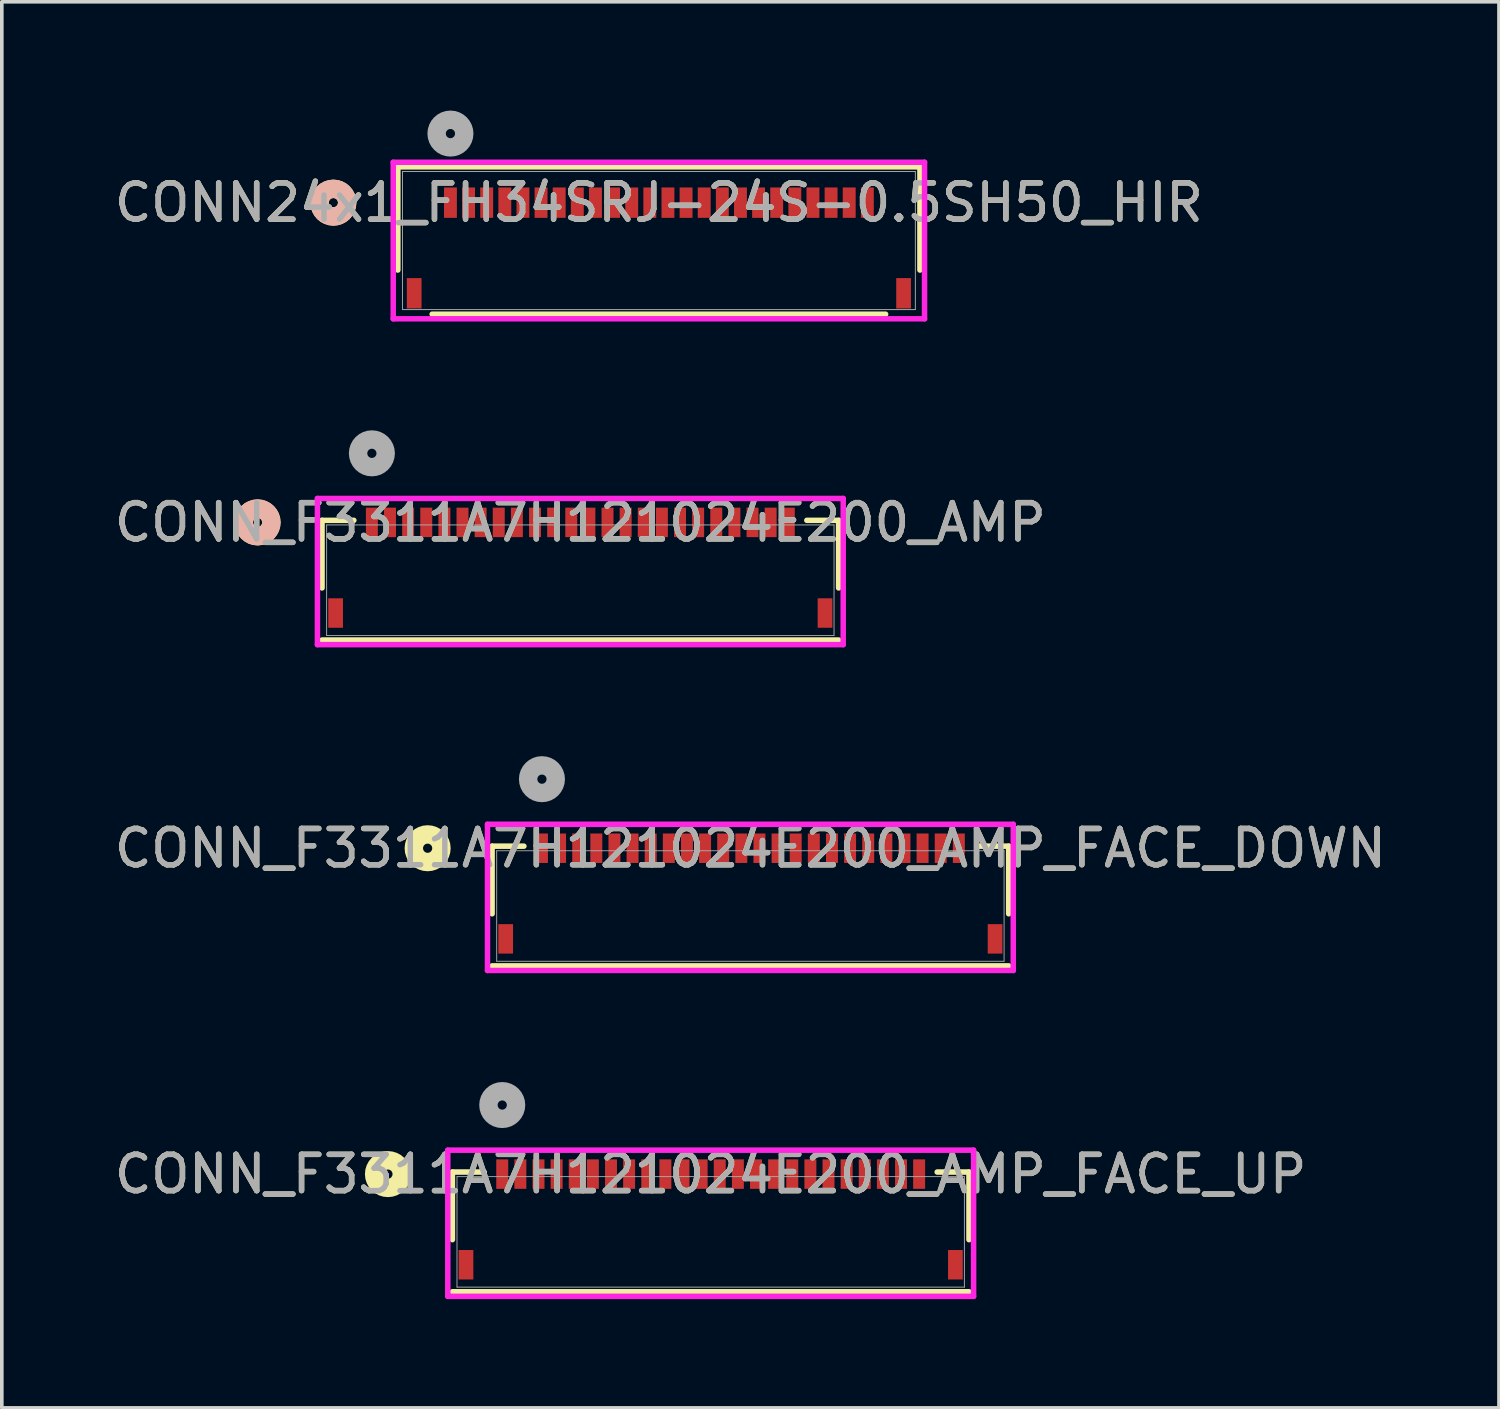
<source format=kicad_pcb>
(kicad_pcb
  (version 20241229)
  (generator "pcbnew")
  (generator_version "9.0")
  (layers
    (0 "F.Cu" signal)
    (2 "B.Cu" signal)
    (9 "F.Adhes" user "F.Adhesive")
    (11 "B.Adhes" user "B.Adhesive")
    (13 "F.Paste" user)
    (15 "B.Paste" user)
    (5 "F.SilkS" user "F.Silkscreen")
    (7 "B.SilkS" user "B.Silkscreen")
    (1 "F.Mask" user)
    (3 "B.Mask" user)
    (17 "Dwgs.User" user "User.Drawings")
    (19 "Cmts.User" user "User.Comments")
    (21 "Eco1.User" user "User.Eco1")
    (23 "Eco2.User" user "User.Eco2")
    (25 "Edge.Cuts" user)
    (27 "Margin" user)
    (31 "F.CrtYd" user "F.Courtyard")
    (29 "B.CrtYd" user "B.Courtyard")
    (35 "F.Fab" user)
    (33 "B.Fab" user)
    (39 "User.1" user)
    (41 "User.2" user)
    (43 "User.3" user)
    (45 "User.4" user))
  (footprint "CONN24x1_FH34SRJ-24S-0.5SH50_HIR"
    (layer "F.Cu")
    (at 15.125 3.585)
    (property "Reference" "CONN24x1_FH34SRJ-24S-0.5SH50_HIR" (at 0 -1.045 0) (unlocked yes) (layer "F.SilkS") (effects (font (size 1 1) (thickness 0.15))))
    (attr smd)
    (fp_line (start -7.201 -2.032) (end -7.201 0.814) (stroke (width 0.152) (type solid)) (layer "F.SilkS"))
    (fp_line (start -6.254 2.032) (end 6.254 2.032) (stroke (width 0.152) (type solid)) (layer "F.SilkS"))
    (fp_line (start 7.201 -2.032) (end -7.201 -2.032) (stroke (width 0.152) (type solid)) (layer "F.SilkS"))
    (fp_line (start 7.201 0.814) (end 7.201 -2.032) (stroke (width 0.152) (type solid)) (layer "F.SilkS"))
    (fp_circle (center -8.979 -1.045) (end -8.598 -1.045) (stroke (width 0.508) (type solid)) (fill no) (layer "F.SilkS"))
    (fp_circle (center -8.979 -1.045) (end -8.598 -1.045) (stroke (width 0.508) (type solid)) (fill no) (layer "B.SilkS"))
    (fp_line (start -7.328 -2.159) (end -7.328 2.159) (stroke (width 0.152) (type solid)) (layer "F.CrtYd"))
    (fp_line (start -7.328 2.159) (end 7.328 2.159) (stroke (width 0.152) (type solid)) (layer "F.CrtYd"))
    (fp_line (start 7.328 -2.159) (end -7.328 -2.159) (stroke (width 0.152) (type solid)) (layer "F.CrtYd"))
    (fp_line (start 7.328 2.159) (end 7.328 -2.159) (stroke (width 0.152) (type solid)) (layer "F.CrtYd"))
    (fp_line (start -7.074 -1.905) (end -7.074 1.905) (stroke (width 0.025) (type solid)) (layer "F.Fab"))
    (fp_line (start -7.074 1.905) (end 7.074 1.905) (stroke (width 0.025) (type solid)) (layer "F.Fab"))
    (fp_line (start 7.074 -1.905) (end -7.074 -1.905) (stroke (width 0.025) (type solid)) (layer "F.Fab"))
    (fp_line (start 7.074 1.905) (end 7.074 -1.905) (stroke (width 0.025) (type solid)) (layer "F.Fab"))
    (fp_circle (center -5.75 -2.95) (end -5.369 -2.95) (stroke (width 0.508) (type solid)) (fill no) (layer "F.Fab"))
    (fp_text user "${REFERENCE}" (at 0 -1.045 0) (unlocked yes) (layer "F.Fab") (effects (font (size 1 1) (thickness 0.15))))
    (pad "1" smd rect (at -5.75 -1.045) (size 0.356 0.838) (layers "F.Cu" "F.Mask" "F.Paste"))
    (pad "2" smd rect (at -5.25 -1.045) (size 0.356 0.838) (layers "F.Cu" "F.Mask" "F.Paste"))
    (pad "3" smd rect (at -4.75 -1.045) (size 0.356 0.838) (layers "F.Cu" "F.Mask" "F.Paste"))
    (pad "4" smd rect (at -4.25 -1.045) (size 0.356 0.838) (layers "F.Cu" "F.Mask" "F.Paste"))
    (pad "5" smd rect (at -3.75 -1.045) (size 0.356 0.838) (layers "F.Cu" "F.Mask" "F.Paste"))
    (pad "6" smd rect (at -3.25 -1.045) (size 0.356 0.838) (layers "F.Cu" "F.Mask" "F.Paste"))
    (pad "7" smd rect (at -2.75 -1.045) (size 0.356 0.838) (layers "F.Cu" "F.Mask" "F.Paste"))
    (pad "8" smd rect (at -2.25 -1.045) (size 0.356 0.838) (layers "F.Cu" "F.Mask" "F.Paste"))
    (pad "9" smd rect (at -1.75 -1.045) (size 0.356 0.838) (layers "F.Cu" "F.Mask" "F.Paste"))
    (pad "10" smd rect (at -1.25 -1.045) (size 0.356 0.838) (layers "F.Cu" "F.Mask" "F.Paste"))
    (pad "11" smd rect (at -0.75 -1.045) (size 0.356 0.838) (layers "F.Cu" "F.Mask" "F.Paste"))
    (pad "12" smd rect (at -0.25 -1.045) (size 0.356 0.838) (layers "F.Cu" "F.Mask" "F.Paste"))
    (pad "13" smd rect (at 0.25 -1.045) (size 0.356 0.838) (layers "F.Cu" "F.Mask" "F.Paste"))
    (pad "14" smd rect (at 0.75 -1.045) (size 0.356 0.838) (layers "F.Cu" "F.Mask" "F.Paste"))
    (pad "15" smd rect (at 1.25 -1.045) (size 0.356 0.838) (layers "F.Cu" "F.Mask" "F.Paste"))
    (pad "16" smd rect (at 1.75 -1.045) (size 0.356 0.838) (layers "F.Cu" "F.Mask" "F.Paste"))
    (pad "17" smd rect (at 2.25 -1.045) (size 0.356 0.838) (layers "F.Cu" "F.Mask" "F.Paste"))
    (pad "18" smd rect (at 2.75 -1.045) (size 0.356 0.838) (layers "F.Cu" "F.Mask" "F.Paste"))
    (pad "19" smd rect (at 3.25 -1.045) (size 0.356 0.838) (layers "F.Cu" "F.Mask" "F.Paste"))
    (pad "20" smd rect (at 3.75 -1.045) (size 0.356 0.838) (layers "F.Cu" "F.Mask" "F.Paste"))
    (pad "21" smd rect (at 4.25 -1.045) (size 0.356 0.838) (layers "F.Cu" "F.Mask" "F.Paste"))
    (pad "22" smd rect (at 4.75 -1.045) (size 0.356 0.838) (layers "F.Cu" "F.Mask" "F.Paste"))
    (pad "23" smd rect (at 5.25 -1.045) (size 0.356 0.838) (layers "F.Cu" "F.Mask" "F.Paste"))
    (pad "24" smd rect (at 5.75 -1.045) (size 0.356 0.838) (layers "F.Cu" "F.Mask" "F.Paste"))
    (pad "25" smd rect (at -6.75 1.455) (size 0.406 0.838) (layers "F.Cu" "F.Mask" "F.Paste"))
    (pad "26" smd rect (at 6.75 1.455) (size 0.406 0.838) (layers "F.Cu" "F.Mask" "F.Paste")))
  (footprint "CONN_F3311A7H121024E200_AMP_FACE_UP"
    (layer "F.Cu")
    (at 16.554 30.931)
    (property "Reference" "CONN_F3311A7H121024E200_AMP_FACE_UP" (at 0 -1.594 0) (unlocked yes) (layer "F.SilkS") (effects (font (size 1 1) (thickness 0.15))))
    (attr smd)
    (fp_line (start -7.125 -1.651) (end -7.125 0.214) (stroke (width 0.152) (type solid)) (layer "F.SilkS"))
    (fp_line (start -7.125 1.651) (end 7.125 1.651) (stroke (width 0.152) (type solid)) (layer "F.SilkS"))
    (fp_line (start -6.248 -1.651) (end -7.125 -1.651) (stroke (width 0.152) (type solid)) (layer "F.SilkS"))
    (fp_line (start 7.125 -1.651) (end 6.248 -1.651) (stroke (width 0.152) (type solid)) (layer "F.SilkS"))
    (fp_line (start 7.125 0.214) (end 7.125 -1.651) (stroke (width 0.152) (type solid)) (layer "F.SilkS"))
    (fp_circle (center -8.903 -1.594) (end -8.522 -1.594) (stroke (width 0.508) (type solid)) (fill no) (layer "F.SilkS"))
    (fp_line (start -7.252 -2.254) (end -7.252 1.778) (stroke (width 0.152) (type solid)) (layer "F.CrtYd"))
    (fp_line (start -7.252 1.778) (end 7.252 1.778) (stroke (width 0.152) (type solid)) (layer "F.CrtYd"))
    (fp_line (start 7.252 -2.254) (end -7.252 -2.254) (stroke (width 0.152) (type solid)) (layer "F.CrtYd"))
    (fp_line (start 7.252 1.778) (end 7.252 -2.254) (stroke (width 0.152) (type solid)) (layer "F.CrtYd"))
    (fp_line (start -6.998 -1.524) (end -6.998 1.524) (stroke (width 0.025) (type solid)) (layer "F.Fab"))
    (fp_line (start -6.998 1.524) (end 6.998 1.524) (stroke (width 0.025) (type solid)) (layer "F.Fab"))
    (fp_line (start 6.998 -1.524) (end -6.998 -1.524) (stroke (width 0.025) (type solid)) (layer "F.Fab"))
    (fp_line (start 6.998 1.524) (end 6.998 -1.524) (stroke (width 0.025) (type solid)) (layer "F.Fab"))
    (fp_circle (center -5.75 -3.499) (end -5.369 -3.499) (stroke (width 0.508) (type solid)) (fill no) (layer "F.Fab"))
    (fp_text user "${REFERENCE}" (at 0 -1.594 0) (unlocked yes) (layer "F.Fab") (effects (font (size 1 1) (thickness 0.15))))
    (pad "1" smd rect (at 5.75 -1.594) (size 0.33 0.813) (layers "F.Cu" "F.Mask" "F.Paste"))
    (pad "2" smd rect (at 5.25 -1.594) (size 0.33 0.813) (layers "F.Cu" "F.Mask" "F.Paste"))
    (pad "3" smd rect (at 4.75 -1.594) (size 0.33 0.813) (layers "F.Cu" "F.Mask" "F.Paste"))
    (pad "4" smd rect (at 4.25 -1.594) (size 0.33 0.813) (layers "F.Cu" "F.Mask" "F.Paste"))
    (pad "5" smd rect (at 3.75 -1.594) (size 0.33 0.813) (layers "F.Cu" "F.Mask" "F.Paste"))
    (pad "6" smd rect (at 3.25 -1.594) (size 0.33 0.813) (layers "F.Cu" "F.Mask" "F.Paste"))
    (pad "7" smd rect (at 2.75 -1.594) (size 0.33 0.813) (layers "F.Cu" "F.Mask" "F.Paste"))
    (pad "8" smd rect (at 2.25 -1.594) (size 0.33 0.813) (layers "F.Cu" "F.Mask" "F.Paste"))
    (pad "9" smd rect (at 1.75 -1.594) (size 0.33 0.813) (layers "F.Cu" "F.Mask" "F.Paste"))
    (pad "10" smd rect (at 1.25 -1.594) (size 0.33 0.813) (layers "F.Cu" "F.Mask" "F.Paste"))
    (pad "11" smd rect (at 0.75 -1.594) (size 0.33 0.813) (layers "F.Cu" "F.Mask" "F.Paste"))
    (pad "12" smd rect (at 0.25 -1.594) (size 0.33 0.813) (layers "F.Cu" "F.Mask" "F.Paste"))
    (pad "13" smd rect (at -0.25 -1.594) (size 0.33 0.813) (layers "F.Cu" "F.Mask" "F.Paste"))
    (pad "14" smd rect (at -0.75 -1.594) (size 0.33 0.813) (layers "F.Cu" "F.Mask" "F.Paste"))
    (pad "15" smd rect (at -1.25 -1.594) (size 0.33 0.813) (layers "F.Cu" "F.Mask" "F.Paste"))
    (pad "16" smd rect (at -1.75 -1.594) (size 0.33 0.813) (layers "F.Cu" "F.Mask" "F.Paste"))
    (pad "17" smd rect (at -2.25 -1.594) (size 0.33 0.813) (layers "F.Cu" "F.Mask" "F.Paste"))
    (pad "18" smd rect (at -2.75 -1.594) (size 0.33 0.813) (layers "F.Cu" "F.Mask" "F.Paste"))
    (pad "19" smd rect (at -3.25 -1.594) (size 0.33 0.813) (layers "F.Cu" "F.Mask" "F.Paste"))
    (pad "20" smd rect (at -3.75 -1.594) (size 0.33 0.813) (layers "F.Cu" "F.Mask" "F.Paste"))
    (pad "21" smd rect (at -4.25 -1.594) (size 0.33 0.813) (layers "F.Cu" "F.Mask" "F.Paste"))
    (pad "22" smd rect (at -4.75 -1.594) (size 0.33 0.813) (layers "F.Cu" "F.Mask" "F.Paste"))
    (pad "23" smd rect (at -5.25 -1.594) (size 0.33 0.813) (layers "F.Cu" "F.Mask" "F.Paste"))
    (pad "24" smd rect (at -5.75 -1.594) (size 0.33 0.813) (layers "F.Cu" "F.Mask" "F.Paste"))
    (pad "25" smd rect (at -6.75 0.906) (size 0.406 0.813) (layers "F.Cu" "F.Mask" "F.Paste"))
    (pad "26" smd rect (at 6.75 0.906) (size 0.406 0.813) (layers "F.Cu" "F.Mask" "F.Paste")))
  (footprint "CONN_F3311A7H121024E200_AMP"
    (layer "F.Cu")
    (at 12.958 12.954)
    (property "Reference" "CONN_F3311A7H121024E200_AMP" (at 0 -1.594 0) (unlocked yes) (layer "F.SilkS") (effects (font (size 1 1) (thickness 0.15))))
    (attr smd)
    (fp_line (start -7.125 -1.651) (end -7.125 0.214) (stroke (width 0.152) (type solid)) (layer "F.SilkS"))
    (fp_line (start -7.125 1.651) (end 7.125 1.651) (stroke (width 0.152) (type solid)) (layer "F.SilkS"))
    (fp_line (start -6.248 -1.651) (end -7.125 -1.651) (stroke (width 0.152) (type solid)) (layer "F.SilkS"))
    (fp_line (start 7.125 -1.651) (end 6.248 -1.651) (stroke (width 0.152) (type solid)) (layer "F.SilkS"))
    (fp_line (start 7.125 0.214) (end 7.125 -1.651) (stroke (width 0.152) (type solid)) (layer "F.SilkS"))
    (fp_circle (center -8.903 -1.594) (end -8.522 -1.594) (stroke (width 0.508) (type solid)) (fill no) (layer "F.SilkS"))
    (fp_circle (center -8.903 -1.594) (end -8.522 -1.594) (stroke (width 0.508) (type solid)) (fill no) (layer "B.SilkS"))
    (fp_line (start -7.252 -2.254) (end -7.252 1.778) (stroke (width 0.152) (type solid)) (layer "F.CrtYd"))
    (fp_line (start -7.252 1.778) (end 7.252 1.778) (stroke (width 0.152) (type solid)) (layer "F.CrtYd"))
    (fp_line (start 7.252 -2.254) (end -7.252 -2.254) (stroke (width 0.152) (type solid)) (layer "F.CrtYd"))
    (fp_line (start 7.252 1.778) (end 7.252 -2.254) (stroke (width 0.152) (type solid)) (layer "F.CrtYd"))
    (fp_line (start -6.998 -1.524) (end -6.998 1.524) (stroke (width 0.025) (type solid)) (layer "F.Fab"))
    (fp_line (start -6.998 1.524) (end 6.998 1.524) (stroke (width 0.025) (type solid)) (layer "F.Fab"))
    (fp_line (start 6.998 -1.524) (end -6.998 -1.524) (stroke (width 0.025) (type solid)) (layer "F.Fab"))
    (fp_line (start 6.998 1.524) (end 6.998 -1.524) (stroke (width 0.025) (type solid)) (layer "F.Fab"))
    (fp_circle (center -5.75 -3.499) (end -5.369 -3.499) (stroke (width 0.508) (type solid)) (fill no) (layer "F.Fab"))
    (fp_text user "${REFERENCE}" (at 0 -1.594 0) (unlocked yes) (layer "F.Fab") (effects (font (size 1 1) (thickness 0.15))))
    (pad "1" smd rect (at -5.75 -1.594) (size 0.33 0.813) (layers "F.Cu" "F.Mask" "F.Paste"))
    (pad "2" smd rect (at -5.25 -1.594) (size 0.33 0.813) (layers "F.Cu" "F.Mask" "F.Paste"))
    (pad "3" smd rect (at -4.75 -1.594) (size 0.33 0.813) (layers "F.Cu" "F.Mask" "F.Paste"))
    (pad "4" smd rect (at -4.25 -1.594) (size 0.33 0.813) (layers "F.Cu" "F.Mask" "F.Paste"))
    (pad "5" smd rect (at -3.75 -1.594) (size 0.33 0.813) (layers "F.Cu" "F.Mask" "F.Paste"))
    (pad "6" smd rect (at -3.25 -1.594) (size 0.33 0.813) (layers "F.Cu" "F.Mask" "F.Paste"))
    (pad "7" smd rect (at -2.75 -1.594) (size 0.33 0.813) (layers "F.Cu" "F.Mask" "F.Paste"))
    (pad "8" smd rect (at -2.25 -1.594) (size 0.33 0.813) (layers "F.Cu" "F.Mask" "F.Paste"))
    (pad "9" smd rect (at -1.75 -1.594) (size 0.33 0.813) (layers "F.Cu" "F.Mask" "F.Paste"))
    (pad "10" smd rect (at -1.25 -1.594) (size 0.33 0.813) (layers "F.Cu" "F.Mask" "F.Paste"))
    (pad "11" smd rect (at -0.75 -1.594) (size 0.33 0.813) (layers "F.Cu" "F.Mask" "F.Paste"))
    (pad "12" smd rect (at -0.25 -1.594) (size 0.33 0.813) (layers "F.Cu" "F.Mask" "F.Paste"))
    (pad "13" smd rect (at 0.25 -1.594) (size 0.33 0.813) (layers "F.Cu" "F.Mask" "F.Paste"))
    (pad "14" smd rect (at 0.75 -1.594) (size 0.33 0.813) (layers "F.Cu" "F.Mask" "F.Paste"))
    (pad "15" smd rect (at 1.25 -1.594) (size 0.33 0.813) (layers "F.Cu" "F.Mask" "F.Paste"))
    (pad "16" smd rect (at 1.75 -1.594) (size 0.33 0.813) (layers "F.Cu" "F.Mask" "F.Paste"))
    (pad "17" smd rect (at 2.25 -1.594) (size 0.33 0.813) (layers "F.Cu" "F.Mask" "F.Paste"))
    (pad "18" smd rect (at 2.75 -1.594) (size 0.33 0.813) (layers "F.Cu" "F.Mask" "F.Paste"))
    (pad "19" smd rect (at 3.25 -1.594) (size 0.33 0.813) (layers "F.Cu" "F.Mask" "F.Paste"))
    (pad "20" smd rect (at 3.75 -1.594) (size 0.33 0.813) (layers "F.Cu" "F.Mask" "F.Paste"))
    (pad "21" smd rect (at 4.25 -1.594) (size 0.33 0.813) (layers "F.Cu" "F.Mask" "F.Paste"))
    (pad "22" smd rect (at 4.75 -1.594) (size 0.33 0.813) (layers "F.Cu" "F.Mask" "F.Paste"))
    (pad "23" smd rect (at 5.25 -1.594) (size 0.33 0.813) (layers "F.Cu" "F.Mask" "F.Paste"))
    (pad "24" smd rect (at 5.75 -1.594) (size 0.33 0.813) (layers "F.Cu" "F.Mask" "F.Paste"))
    (pad "25" smd rect (at -6.75 0.906) (size 0.406 0.813) (layers "F.Cu" "F.Mask" "F.Paste"))
    (pad "26" smd rect (at 6.75 0.906) (size 0.406 0.813) (layers "F.Cu" "F.Mask" "F.Paste")))
  (footprint "CONN_F3311A7H121024E200_AMP_FACE_DOWN"
    (layer "F.Cu")
    (at 17.649 21.942)
    (property "Reference" "CONN_F3311A7H121024E200_AMP_FACE_DOWN" (at 0 -1.594 0) (unlocked yes) (layer "F.SilkS") (effects (font (size 1 1) (thickness 0.15))))
    (attr smd)
    (fp_line (start -7.125 -1.651) (end -7.125 0.214) (stroke (width 0.152) (type solid)) (layer "F.SilkS"))
    (fp_line (start -7.125 1.651) (end 7.125 1.651) (stroke (width 0.152) (type solid)) (layer "F.SilkS"))
    (fp_line (start -6.248 -1.651) (end -7.125 -1.651) (stroke (width 0.152) (type solid)) (layer "F.SilkS"))
    (fp_line (start 7.125 -1.651) (end 6.248 -1.651) (stroke (width 0.152) (type solid)) (layer "F.SilkS"))
    (fp_line (start 7.125 0.214) (end 7.125 -1.651) (stroke (width 0.152) (type solid)) (layer "F.SilkS"))
    (fp_circle (center -8.903 -1.594) (end -8.522 -1.594) (stroke (width 0.508) (type solid)) (fill no) (layer "F.SilkS"))
    (fp_line (start -7.252 -2.254) (end -7.252 1.778) (stroke (width 0.152) (type solid)) (layer "F.CrtYd"))
    (fp_line (start -7.252 1.778) (end 7.252 1.778) (stroke (width 0.152) (type solid)) (layer "F.CrtYd"))
    (fp_line (start 7.252 -2.254) (end -7.252 -2.254) (stroke (width 0.152) (type solid)) (layer "F.CrtYd"))
    (fp_line (start 7.252 1.778) (end 7.252 -2.254) (stroke (width 0.152) (type solid)) (layer "F.CrtYd"))
    (fp_line (start -6.998 -1.524) (end -6.998 1.524) (stroke (width 0.025) (type solid)) (layer "F.Fab"))
    (fp_line (start -6.998 1.524) (end 6.998 1.524) (stroke (width 0.025) (type solid)) (layer "F.Fab"))
    (fp_line (start 6.998 -1.524) (end -6.998 -1.524) (stroke (width 0.025) (type solid)) (layer "F.Fab"))
    (fp_line (start 6.998 1.524) (end 6.998 -1.524) (stroke (width 0.025) (type solid)) (layer "F.Fab"))
    (fp_circle (center -5.75 -3.499) (end -5.369 -3.499) (stroke (width 0.508) (type solid)) (fill no) (layer "F.Fab"))
    (fp_text user "${REFERENCE}" (at 0 -1.594 0) (unlocked yes) (layer "F.Fab") (effects (font (size 1 1) (thickness 0.15))))
    (pad "1" smd rect (at -5.75 -1.594) (size 0.33 0.813) (layers "F.Cu" "F.Mask" "F.Paste"))
    (pad "2" smd rect (at -5.25 -1.594) (size 0.33 0.813) (layers "F.Cu" "F.Mask" "F.Paste"))
    (pad "3" smd rect (at -4.75 -1.594) (size 0.33 0.813) (layers "F.Cu" "F.Mask" "F.Paste"))
    (pad "4" smd rect (at -4.25 -1.594) (size 0.33 0.813) (layers "F.Cu" "F.Mask" "F.Paste"))
    (pad "5" smd rect (at -3.75 -1.594) (size 0.33 0.813) (layers "F.Cu" "F.Mask" "F.Paste"))
    (pad "6" smd rect (at -3.25 -1.594) (size 0.33 0.813) (layers "F.Cu" "F.Mask" "F.Paste"))
    (pad "7" smd rect (at -2.75 -1.594) (size 0.33 0.813) (layers "F.Cu" "F.Mask" "F.Paste"))
    (pad "8" smd rect (at -2.25 -1.594) (size 0.33 0.813) (layers "F.Cu" "F.Mask" "F.Paste"))
    (pad "9" smd rect (at -1.75 -1.594) (size 0.33 0.813) (layers "F.Cu" "F.Mask" "F.Paste"))
    (pad "10" smd rect (at -1.25 -1.594) (size 0.33 0.813) (layers "F.Cu" "F.Mask" "F.Paste"))
    (pad "11" smd rect (at -0.75 -1.594) (size 0.33 0.813) (layers "F.Cu" "F.Mask" "F.Paste"))
    (pad "12" smd rect (at -0.25 -1.594) (size 0.33 0.813) (layers "F.Cu" "F.Mask" "F.Paste"))
    (pad "13" smd rect (at 0.25 -1.594) (size 0.33 0.813) (layers "F.Cu" "F.Mask" "F.Paste"))
    (pad "14" smd rect (at 0.75 -1.594) (size 0.33 0.813) (layers "F.Cu" "F.Mask" "F.Paste"))
    (pad "15" smd rect (at 1.25 -1.594) (size 0.33 0.813) (layers "F.Cu" "F.Mask" "F.Paste"))
    (pad "16" smd rect (at 1.75 -1.594) (size 0.33 0.813) (layers "F.Cu" "F.Mask" "F.Paste"))
    (pad "17" smd rect (at 2.25 -1.594) (size 0.33 0.813) (layers "F.Cu" "F.Mask" "F.Paste"))
    (pad "18" smd rect (at 2.75 -1.594) (size 0.33 0.813) (layers "F.Cu" "F.Mask" "F.Paste"))
    (pad "19" smd rect (at 3.25 -1.594) (size 0.33 0.813) (layers "F.Cu" "F.Mask" "F.Paste"))
    (pad "20" smd rect (at 3.75 -1.594) (size 0.33 0.813) (layers "F.Cu" "F.Mask" "F.Paste"))
    (pad "21" smd rect (at 4.25 -1.594) (size 0.33 0.813) (layers "F.Cu" "F.Mask" "F.Paste"))
    (pad "22" smd rect (at 4.75 -1.594) (size 0.33 0.813) (layers "F.Cu" "F.Mask" "F.Paste"))
    (pad "23" smd rect (at 5.25 -1.594) (size 0.33 0.813) (layers "F.Cu" "F.Mask" "F.Paste"))
    (pad "24" smd rect (at 5.75 -1.594) (size 0.33 0.813) (layers "F.Cu" "F.Mask" "F.Paste"))
    (pad "25" smd rect (at -6.75 0.906) (size 0.406 0.813) (layers "F.Cu" "F.Mask" "F.Paste"))
    (pad "26" smd rect (at 6.75 0.906) (size 0.406 0.813) (layers "F.Cu" "F.Mask" "F.Paste")))
  (gr_rect
    (start -3 -3)
    (end 38.298 35.785)
    (stroke (width 0.1) (type default))
    (fill no)
    (layer "Edge.Cuts")))
</source>
